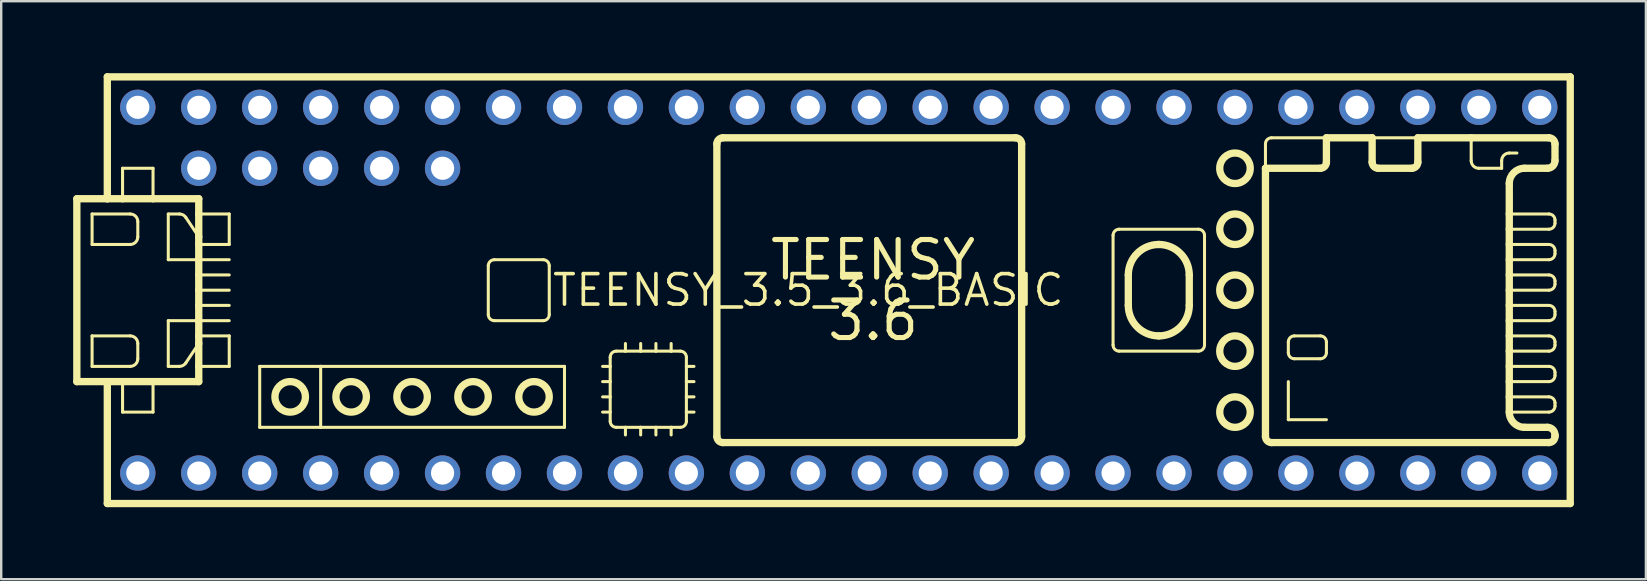
<source format=kicad_pcb>
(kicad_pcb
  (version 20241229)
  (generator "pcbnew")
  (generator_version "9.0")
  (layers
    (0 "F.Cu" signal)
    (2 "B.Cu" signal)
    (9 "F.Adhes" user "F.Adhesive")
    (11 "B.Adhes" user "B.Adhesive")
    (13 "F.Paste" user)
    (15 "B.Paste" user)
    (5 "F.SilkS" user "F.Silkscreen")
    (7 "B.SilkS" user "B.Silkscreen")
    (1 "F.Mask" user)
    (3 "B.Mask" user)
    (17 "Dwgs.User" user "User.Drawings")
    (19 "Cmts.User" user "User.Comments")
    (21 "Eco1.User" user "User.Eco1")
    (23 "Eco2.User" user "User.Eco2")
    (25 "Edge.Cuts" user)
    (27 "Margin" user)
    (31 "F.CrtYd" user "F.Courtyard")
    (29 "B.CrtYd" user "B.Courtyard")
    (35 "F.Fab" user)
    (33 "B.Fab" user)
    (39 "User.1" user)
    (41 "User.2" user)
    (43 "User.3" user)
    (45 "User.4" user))
  (footprint "TEENSY_3.5_3.6_BASIC"
    (layer "F.Cu")
    (at 30.632 9.042)
    (property "Reference" "TEENSY_3.5_3.6_BASIC" (at 0 0 0) (layer "F.SilkS") (effects (font (size 1.27 1.27) (thickness 0.15))))
    (fp_line (start -30.48 -3.81) (end -30.48 3.81) (stroke (width 0.305) (type solid)) (layer "F.SilkS"))
    (fp_line (start -30.48 3.81) (end -29.21 3.81) (stroke (width 0.305) (type solid)) (layer "F.SilkS"))
    (fp_line (start -29.845 -3.175) (end -29.845 -1.905) (stroke (width 0.127) (type solid)) (layer "F.SilkS"))
    (fp_line (start -29.845 -3.175) (end -28.258 -3.175) (stroke (width 0.127) (type solid)) (layer "F.SilkS"))
    (fp_line (start -29.845 1.905) (end -29.845 3.175) (stroke (width 0.127) (type solid)) (layer "F.SilkS"))
    (fp_line (start -29.845 3.175) (end -28.258 3.175) (stroke (width 0.127) (type solid)) (layer "F.SilkS"))
    (fp_line (start -29.21 -8.89) (end -29.21 -3.81) (stroke (width 0.305) (type solid)) (layer "F.SilkS"))
    (fp_line (start -29.21 -8.89) (end 31.75 -8.89) (stroke (width 0.305) (type solid)) (layer "F.SilkS"))
    (fp_line (start -29.21 -3.81) (end -30.48 -3.81) (stroke (width 0.305) (type solid)) (layer "F.SilkS"))
    (fp_line (start -29.21 3.81) (end -28.575 3.81) (stroke (width 0.305) (type solid)) (layer "F.SilkS"))
    (fp_line (start -29.21 8.89) (end -29.21 3.81) (stroke (width 0.305) (type solid)) (layer "F.SilkS"))
    (fp_line (start -28.575 -5.08) (end -27.305 -5.08) (stroke (width 0.127) (type solid)) (layer "F.SilkS"))
    (fp_line (start -28.575 -3.81) (end -29.21 -3.81) (stroke (width 0.305) (type solid)) (layer "F.SilkS"))
    (fp_line (start -28.575 -3.81) (end -28.575 -5.08) (stroke (width 0.127) (type solid)) (layer "F.SilkS"))
    (fp_line (start -28.575 3.81) (end -28.575 5.08) (stroke (width 0.127) (type solid)) (layer "F.SilkS"))
    (fp_line (start -28.575 3.81) (end -27.305 3.81) (stroke (width 0.305) (type solid)) (layer "F.SilkS"))
    (fp_line (start -28.575 5.08) (end -27.305 5.08) (stroke (width 0.127) (type solid)) (layer "F.SilkS"))
    (fp_line (start -28.258 -1.905) (end -29.845 -1.905) (stroke (width 0.127) (type solid)) (layer "F.SilkS"))
    (fp_line (start -28.258 1.905) (end -29.845 1.905) (stroke (width 0.127) (type solid)) (layer "F.SilkS"))
    (fp_line (start -27.94 -2.857) (end -27.94 -2.223) (stroke (width 0.127) (type solid)) (layer "F.SilkS"))
    (fp_line (start -27.94 2.857) (end -27.94 2.223) (stroke (width 0.127) (type solid)) (layer "F.SilkS"))
    (fp_line (start -27.305 -5.08) (end -27.305 -3.81) (stroke (width 0.127) (type solid)) (layer "F.SilkS"))
    (fp_line (start -27.305 -3.81) (end -28.575 -3.81) (stroke (width 0.305) (type solid)) (layer "F.SilkS"))
    (fp_line (start -27.305 3.81) (end -25.4 3.81) (stroke (width 0.305) (type solid)) (layer "F.SilkS"))
    (fp_line (start -27.305 5.08) (end -27.305 3.81) (stroke (width 0.127) (type solid)) (layer "F.SilkS"))
    (fp_line (start -26.67 -3.175) (end -26.205 -3.175) (stroke (width 0.127) (type solid)) (layer "F.SilkS"))
    (fp_line (start -26.67 -1.27) (end -26.67 -3.175) (stroke (width 0.127) (type solid)) (layer "F.SilkS"))
    (fp_line (start -26.67 1.27) (end -26.67 3.175) (stroke (width 0.127) (type solid)) (layer "F.SilkS"))
    (fp_line (start -26.67 3.175) (end -26.205 3.175) (stroke (width 0.127) (type solid)) (layer "F.SilkS"))
    (fp_line (start -25.941 -3.034) (end -25.4 -2.223) (stroke (width 0.127) (type solid)) (layer "F.SilkS"))
    (fp_line (start -25.941 3.034) (end -25.4 2.223) (stroke (width 0.127) (type solid)) (layer "F.SilkS"))
    (fp_line (start -25.4 -3.81) (end -27.305 -3.81) (stroke (width 0.305) (type solid)) (layer "F.SilkS"))
    (fp_line (start -25.4 -3.175) (end -25.4 -3.81) (stroke (width 0.305) (type solid)) (layer "F.SilkS"))
    (fp_line (start -25.4 -2.223) (end -25.4 -3.175) (stroke (width 0.305) (type solid)) (layer "F.SilkS"))
    (fp_line (start -25.4 -1.905) (end -25.4 -2.223) (stroke (width 0.305) (type solid)) (layer "F.SilkS"))
    (fp_line (start -25.4 -1.905) (end -24.13 -1.905) (stroke (width 0.127) (type solid)) (layer "F.SilkS"))
    (fp_line (start -25.4 -1.27) (end -26.67 -1.27) (stroke (width 0.127) (type solid)) (layer "F.SilkS"))
    (fp_line (start -25.4 -1.27) (end -25.4 -1.905) (stroke (width 0.305) (type solid)) (layer "F.SilkS"))
    (fp_line (start -25.4 -1.27) (end -24.13 -1.27) (stroke (width 0.127) (type solid)) (layer "F.SilkS"))
    (fp_line (start -25.4 -0.635) (end -25.4 -1.27) (stroke (width 0.305) (type solid)) (layer "F.SilkS"))
    (fp_line (start -25.4 -0.635) (end -24.13 -0.635) (stroke (width 0.127) (type solid)) (layer "F.SilkS"))
    (fp_line (start -25.4 0) (end -25.4 -0.635) (stroke (width 0.305) (type solid)) (layer "F.SilkS"))
    (fp_line (start -25.4 0) (end -24.13 0) (stroke (width 0.127) (type solid)) (layer "F.SilkS"))
    (fp_line (start -25.4 0.635) (end -25.4 0) (stroke (width 0.305) (type solid)) (layer "F.SilkS"))
    (fp_line (start -25.4 0.635) (end -24.13 0.635) (stroke (width 0.127) (type solid)) (layer "F.SilkS"))
    (fp_line (start -25.4 1.27) (end -26.67 1.27) (stroke (width 0.127) (type solid)) (layer "F.SilkS"))
    (fp_line (start -25.4 1.27) (end -25.4 0.635) (stroke (width 0.305) (type solid)) (layer "F.SilkS"))
    (fp_line (start -25.4 1.27) (end -24.13 1.27) (stroke (width 0.127) (type solid)) (layer "F.SilkS"))
    (fp_line (start -25.4 1.905) (end -25.4 1.27) (stroke (width 0.305) (type solid)) (layer "F.SilkS"))
    (fp_line (start -25.4 1.905) (end -24.13 1.905) (stroke (width 0.127) (type solid)) (layer "F.SilkS"))
    (fp_line (start -25.4 2.223) (end -25.4 1.905) (stroke (width 0.305) (type solid)) (layer "F.SilkS"))
    (fp_line (start -25.4 3.175) (end -25.4 2.223) (stroke (width 0.305) (type solid)) (layer "F.SilkS"))
    (fp_line (start -25.4 3.81) (end -25.4 3.175) (stroke (width 0.305) (type solid)) (layer "F.SilkS"))
    (fp_line (start -24.13 -3.175) (end -25.4 -3.175) (stroke (width 0.127) (type solid)) (layer "F.SilkS"))
    (fp_line (start -24.13 -1.905) (end -24.13 -3.175) (stroke (width 0.127) (type solid)) (layer "F.SilkS"))
    (fp_line (start -24.13 1.905) (end -24.13 3.175) (stroke (width 0.127) (type solid)) (layer "F.SilkS"))
    (fp_line (start -24.13 3.175) (end -25.4 3.175) (stroke (width 0.127) (type solid)) (layer "F.SilkS"))
    (fp_line (start -22.86 3.175) (end -20.32 3.175) (stroke (width 0.127) (type solid)) (layer "F.SilkS"))
    (fp_line (start -22.86 5.715) (end -22.86 3.175) (stroke (width 0.127) (type solid)) (layer "F.SilkS"))
    (fp_line (start -20.32 3.175) (end -20.32 5.715) (stroke (width 0.127) (type solid)) (layer "F.SilkS"))
    (fp_line (start -20.32 3.175) (end -10.16 3.175) (stroke (width 0.127) (type solid)) (layer "F.SilkS"))
    (fp_line (start -20.32 5.715) (end -22.86 5.715) (stroke (width 0.127) (type solid)) (layer "F.SilkS"))
    (fp_line (start -13.335 -1.016) (end -13.335 1.016) (stroke (width 0.127) (type solid)) (layer "F.SilkS"))
    (fp_line (start -13.081 1.27) (end -11.049 1.27) (stroke (width 0.127) (type solid)) (layer "F.SilkS"))
    (fp_line (start -11.049 -1.27) (end -13.081 -1.27) (stroke (width 0.127) (type solid)) (layer "F.SilkS"))
    (fp_line (start -10.795 1.016) (end -10.795 -1.016) (stroke (width 0.127) (type solid)) (layer "F.SilkS"))
    (fp_line (start -10.16 3.175) (end -10.16 5.715) (stroke (width 0.127) (type solid)) (layer "F.SilkS"))
    (fp_line (start -10.16 5.715) (end -20.32 5.715) (stroke (width 0.127) (type solid)) (layer "F.SilkS"))
    (fp_line (start -8.255 2.794) (end -8.255 3.175) (stroke (width 0.127) (type solid)) (layer "F.SilkS"))
    (fp_line (start -8.255 3.175) (end -8.572 3.175) (stroke (width 0.127) (type solid)) (layer "F.SilkS"))
    (fp_line (start -8.255 3.175) (end -8.255 3.81) (stroke (width 0.127) (type solid)) (layer "F.SilkS"))
    (fp_line (start -8.255 3.81) (end -8.572 3.81) (stroke (width 0.127) (type solid)) (layer "F.SilkS"))
    (fp_line (start -8.255 3.81) (end -8.255 4.445) (stroke (width 0.127) (type solid)) (layer "F.SilkS"))
    (fp_line (start -8.255 4.445) (end -8.572 4.445) (stroke (width 0.127) (type solid)) (layer "F.SilkS"))
    (fp_line (start -8.255 4.445) (end -8.255 5.08) (stroke (width 0.127) (type solid)) (layer "F.SilkS"))
    (fp_line (start -8.255 5.08) (end -8.572 5.08) (stroke (width 0.127) (type solid)) (layer "F.SilkS"))
    (fp_line (start -8.255 5.08) (end -8.255 5.461) (stroke (width 0.127) (type solid)) (layer "F.SilkS"))
    (fp_line (start -8.001 5.715) (end -7.62 5.715) (stroke (width 0.127) (type solid)) (layer "F.SilkS"))
    (fp_line (start -7.62 2.54) (end -8.001 2.54) (stroke (width 0.127) (type solid)) (layer "F.SilkS"))
    (fp_line (start -7.62 2.54) (end -7.62 2.223) (stroke (width 0.127) (type solid)) (layer "F.SilkS"))
    (fp_line (start -7.62 5.715) (end -7.62 6.032) (stroke (width 0.127) (type solid)) (layer "F.SilkS"))
    (fp_line (start -7.62 5.715) (end -6.985 5.715) (stroke (width 0.127) (type solid)) (layer "F.SilkS"))
    (fp_line (start -6.985 2.54) (end -7.62 2.54) (stroke (width 0.127) (type solid)) (layer "F.SilkS"))
    (fp_line (start -6.985 2.54) (end -6.985 2.223) (stroke (width 0.127) (type solid)) (layer "F.SilkS"))
    (fp_line (start -6.985 5.715) (end -6.985 6.032) (stroke (width 0.127) (type solid)) (layer "F.SilkS"))
    (fp_line (start -6.985 5.715) (end -6.35 5.715) (stroke (width 0.127) (type solid)) (layer "F.SilkS"))
    (fp_line (start -6.35 2.54) (end -6.985 2.54) (stroke (width 0.127) (type solid)) (layer "F.SilkS"))
    (fp_line (start -6.35 2.54) (end -6.35 2.223) (stroke (width 0.127) (type solid)) (layer "F.SilkS"))
    (fp_line (start -6.35 5.715) (end -6.35 6.032) (stroke (width 0.127) (type solid)) (layer "F.SilkS"))
    (fp_line (start -6.35 5.715) (end -5.715 5.715) (stroke (width 0.127) (type solid)) (layer "F.SilkS"))
    (fp_line (start -5.715 2.54) (end -6.35 2.54) (stroke (width 0.127) (type solid)) (layer "F.SilkS"))
    (fp_line (start -5.715 2.54) (end -5.715 2.223) (stroke (width 0.127) (type solid)) (layer "F.SilkS"))
    (fp_line (start -5.715 5.715) (end -5.715 6.032) (stroke (width 0.127) (type solid)) (layer "F.SilkS"))
    (fp_line (start -5.715 5.715) (end -5.334 5.715) (stroke (width 0.127) (type solid)) (layer "F.SilkS"))
    (fp_line (start -5.334 2.54) (end -5.715 2.54) (stroke (width 0.127) (type solid)) (layer "F.SilkS"))
    (fp_line (start -5.08 3.175) (end -5.08 2.794) (stroke (width 0.127) (type solid)) (layer "F.SilkS"))
    (fp_line (start -5.08 3.175) (end -4.763 3.175) (stroke (width 0.127) (type solid)) (layer "F.SilkS"))
    (fp_line (start -5.08 3.81) (end -5.08 3.175) (stroke (width 0.127) (type solid)) (layer "F.SilkS"))
    (fp_line (start -5.08 3.81) (end -4.763 3.81) (stroke (width 0.127) (type solid)) (layer "F.SilkS"))
    (fp_line (start -5.08 4.445) (end -5.08 3.81) (stroke (width 0.127) (type solid)) (layer "F.SilkS"))
    (fp_line (start -5.08 4.445) (end -4.763 4.445) (stroke (width 0.127) (type solid)) (layer "F.SilkS"))
    (fp_line (start -5.08 5.08) (end -5.08 4.445) (stroke (width 0.127) (type solid)) (layer "F.SilkS"))
    (fp_line (start -5.08 5.08) (end -4.763 5.08) (stroke (width 0.127) (type solid)) (layer "F.SilkS"))
    (fp_line (start -5.08 5.461) (end -5.08 5.08) (stroke (width 0.127) (type solid)) (layer "F.SilkS"))
    (fp_line (start -3.81 6.096) (end -3.81 -6.096) (stroke (width 0.305) (type solid)) (layer "F.SilkS"))
    (fp_line (start -3.556 -6.35) (end 8.636 -6.35) (stroke (width 0.305) (type solid)) (layer "F.SilkS"))
    (fp_line (start 8.636 6.35) (end -3.556 6.35) (stroke (width 0.305) (type solid)) (layer "F.SilkS"))
    (fp_line (start 8.89 -6.096) (end 8.89 6.096) (stroke (width 0.305) (type solid)) (layer "F.SilkS"))
    (fp_line (start 12.7 -2.286) (end 12.7 2.286) (stroke (width 0.127) (type solid)) (layer "F.SilkS"))
    (fp_line (start 12.954 2.54) (end 16.256 2.54) (stroke (width 0.127) (type solid)) (layer "F.SilkS"))
    (fp_line (start 13.335 0.635) (end 13.335 -0.635) (stroke (width 0.305) (type solid)) (layer "F.SilkS"))
    (fp_line (start 15.875 -0.635) (end 15.875 0.635) (stroke (width 0.305) (type solid)) (layer "F.SilkS"))
    (fp_line (start 16.256 -2.54) (end 12.954 -2.54) (stroke (width 0.127) (type solid)) (layer "F.SilkS"))
    (fp_line (start 16.51 2.286) (end 16.51 -2.286) (stroke (width 0.127) (type solid)) (layer "F.SilkS"))
    (fp_line (start 19.05 -5.08) (end 19.05 -6.096) (stroke (width 0.127) (type solid)) (layer "F.SilkS"))
    (fp_line (start 19.05 -5.08) (end 21.336 -5.08) (stroke (width 0.305) (type solid)) (layer "F.SilkS"))
    (fp_line (start 19.05 6.096) (end 19.05 -5.08) (stroke (width 0.305) (type solid)) (layer "F.SilkS"))
    (fp_line (start 19.304 -6.35) (end 21.59 -6.35) (stroke (width 0.127) (type solid)) (layer "F.SilkS"))
    (fp_line (start 20.003 2.159) (end 20.003 2.603) (stroke (width 0.127) (type solid)) (layer "F.SilkS"))
    (fp_line (start 20.003 3.81) (end 20.003 5.397) (stroke (width 0.127) (type solid)) (layer "F.SilkS"))
    (fp_line (start 20.003 5.397) (end 21.59 5.397) (stroke (width 0.127) (type solid)) (layer "F.SilkS"))
    (fp_line (start 20.256 2.857) (end 21.336 2.857) (stroke (width 0.127) (type solid)) (layer "F.SilkS"))
    (fp_line (start 21.336 1.905) (end 20.256 1.905) (stroke (width 0.127) (type solid)) (layer "F.SilkS"))
    (fp_line (start 21.59 -6.35) (end 23.495 -6.35) (stroke (width 0.305) (type solid)) (layer "F.SilkS"))
    (fp_line (start 21.59 -5.334) (end 21.59 -6.35) (stroke (width 0.305) (type solid)) (layer "F.SilkS"))
    (fp_line (start 21.59 2.603) (end 21.59 2.159) (stroke (width 0.127) (type solid)) (layer "F.SilkS"))
    (fp_line (start 23.495 -6.35) (end 23.495 -5.334) (stroke (width 0.305) (type solid)) (layer "F.SilkS"))
    (fp_line (start 23.495 -6.35) (end 25.4 -6.35) (stroke (width 0.127) (type solid)) (layer "F.SilkS"))
    (fp_line (start 23.749 -5.08) (end 25.146 -5.08) (stroke (width 0.305) (type solid)) (layer "F.SilkS"))
    (fp_line (start 25.4 -6.35) (end 27.622 -6.35) (stroke (width 0.305) (type solid)) (layer "F.SilkS"))
    (fp_line (start 25.4 -5.334) (end 25.4 -6.35) (stroke (width 0.305) (type solid)) (layer "F.SilkS"))
    (fp_line (start 27.622 -6.35) (end 27.622 -5.397) (stroke (width 0.127) (type solid)) (layer "F.SilkS"))
    (fp_line (start 27.622 -6.35) (end 30.861 -6.35) (stroke (width 0.305) (type solid)) (layer "F.SilkS"))
    (fp_line (start 27.94 -5.08) (end 28.892 -5.08) (stroke (width 0.127) (type solid)) (layer "F.SilkS"))
    (fp_line (start 28.892 -5.08) (end 28.892 -5.397) (stroke (width 0.127) (type solid)) (layer "F.SilkS"))
    (fp_line (start 29.21 -5.715) (end 29.527 -5.715) (stroke (width 0.127) (type solid)) (layer "F.SilkS"))
    (fp_line (start 29.21 -4.445) (end 29.21 -3.175) (stroke (width 0.305) (type solid)) (layer "F.SilkS"))
    (fp_line (start 29.21 -3.175) (end 29.21 -2.54) (stroke (width 0.305) (type solid)) (layer "F.SilkS"))
    (fp_line (start 29.21 -3.175) (end 30.861 -3.175) (stroke (width 0.127) (type solid)) (layer "F.SilkS"))
    (fp_line (start 29.21 -2.54) (end 29.21 -1.905) (stroke (width 0.305) (type solid)) (layer "F.SilkS"))
    (fp_line (start 29.21 -1.905) (end 29.21 -1.27) (stroke (width 0.305) (type solid)) (layer "F.SilkS"))
    (fp_line (start 29.21 -1.905) (end 30.861 -1.905) (stroke (width 0.127) (type solid)) (layer "F.SilkS"))
    (fp_line (start 29.21 -1.27) (end 29.21 -0.635) (stroke (width 0.305) (type solid)) (layer "F.SilkS"))
    (fp_line (start 29.21 -0.635) (end 29.21 0) (stroke (width 0.305) (type solid)) (layer "F.SilkS"))
    (fp_line (start 29.21 -0.635) (end 30.861 -0.635) (stroke (width 0.127) (type solid)) (layer "F.SilkS"))
    (fp_line (start 29.21 0) (end 29.21 0.635) (stroke (width 0.305) (type solid)) (layer "F.SilkS"))
    (fp_line (start 29.21 0.635) (end 29.21 1.27) (stroke (width 0.305) (type solid)) (layer "F.SilkS"))
    (fp_line (start 29.21 0.635) (end 30.861 0.635) (stroke (width 0.127) (type solid)) (layer "F.SilkS"))
    (fp_line (start 29.21 1.27) (end 29.21 1.905) (stroke (width 0.305) (type solid)) (layer "F.SilkS"))
    (fp_line (start 29.21 1.905) (end 29.21 2.54) (stroke (width 0.305) (type solid)) (layer "F.SilkS"))
    (fp_line (start 29.21 1.905) (end 30.861 1.905) (stroke (width 0.127) (type solid)) (layer "F.SilkS"))
    (fp_line (start 29.21 2.54) (end 29.21 3.175) (stroke (width 0.305) (type solid)) (layer "F.SilkS"))
    (fp_line (start 29.21 3.175) (end 29.21 3.81) (stroke (width 0.305) (type solid)) (layer "F.SilkS"))
    (fp_line (start 29.21 3.175) (end 30.861 3.175) (stroke (width 0.127) (type solid)) (layer "F.SilkS"))
    (fp_line (start 29.21 3.81) (end 29.21 4.445) (stroke (width 0.305) (type solid)) (layer "F.SilkS"))
    (fp_line (start 29.21 4.445) (end 29.21 5.08) (stroke (width 0.305) (type solid)) (layer "F.SilkS"))
    (fp_line (start 29.21 4.445) (end 30.861 4.445) (stroke (width 0.127) (type solid)) (layer "F.SilkS"))
    (fp_line (start 29.845 5.715) (end 30.797 5.715) (stroke (width 0.305) (type solid)) (layer "F.SilkS"))
    (fp_line (start 30.797 -5.08) (end 29.845 -5.08) (stroke (width 0.305) (type solid)) (layer "F.SilkS"))
    (fp_line (start 30.861 -2.54) (end 29.21 -2.54) (stroke (width 0.127) (type solid)) (layer "F.SilkS"))
    (fp_line (start 30.861 -1.27) (end 29.21 -1.27) (stroke (width 0.127) (type solid)) (layer "F.SilkS"))
    (fp_line (start 30.861 0) (end 29.21 0) (stroke (width 0.127) (type solid)) (layer "F.SilkS"))
    (fp_line (start 30.861 1.27) (end 29.21 1.27) (stroke (width 0.127) (type solid)) (layer "F.SilkS"))
    (fp_line (start 30.861 2.54) (end 29.21 2.54) (stroke (width 0.127) (type solid)) (layer "F.SilkS"))
    (fp_line (start 30.861 3.81) (end 29.21 3.81) (stroke (width 0.127) (type solid)) (layer "F.SilkS"))
    (fp_line (start 30.861 5.08) (end 29.21 5.08) (stroke (width 0.127) (type solid)) (layer "F.SilkS"))
    (fp_line (start 30.861 6.35) (end 19.304 6.35) (stroke (width 0.305) (type solid)) (layer "F.SilkS"))
    (fp_line (start 31.115 -6.096) (end 31.115 -5.397) (stroke (width 0.305) (type solid)) (layer "F.SilkS"))
    (fp_line (start 31.115 -2.921) (end 31.115 -2.794) (stroke (width 0.127) (type solid)) (layer "F.SilkS"))
    (fp_line (start 31.115 -1.651) (end 31.115 -1.524) (stroke (width 0.127) (type solid)) (layer "F.SilkS"))
    (fp_line (start 31.115 -0.381) (end 31.115 -0.254) (stroke (width 0.127) (type solid)) (layer "F.SilkS"))
    (fp_line (start 31.115 0.889) (end 31.115 1.016) (stroke (width 0.127) (type solid)) (layer "F.SilkS"))
    (fp_line (start 31.115 2.159) (end 31.115 2.286) (stroke (width 0.127) (type solid)) (layer "F.SilkS"))
    (fp_line (start 31.115 3.429) (end 31.115 3.556) (stroke (width 0.127) (type solid)) (layer "F.SilkS"))
    (fp_line (start 31.115 4.699) (end 31.115 4.826) (stroke (width 0.127) (type solid)) (layer "F.SilkS"))
    (fp_line (start 31.115 6.032) (end 31.115 6.096) (stroke (width 0.305) (type solid)) (layer "F.SilkS"))
    (fp_line (start 31.75 -8.89) (end 31.75 8.89) (stroke (width 0.305) (type solid)) (layer "F.SilkS"))
    (fp_line (start 31.75 8.89) (end -29.21 8.89) (stroke (width 0.305) (type solid)) (layer "F.SilkS"))
    (fp_arc (start -28.2575 -3.175) (mid -28.032994 -3.082006) (end -27.94 -2.8575) (stroke (width 0.127) (type solid)) (layer "F.SilkS"))
    (fp_arc (start -28.2575 1.905) (mid -28.032994 1.997994) (end -27.94 2.2225) (stroke (width 0.127) (type solid)) (layer "F.SilkS"))
    (fp_arc (start -27.94 -2.2225) (mid -28.032994 -1.997994) (end -28.2575 -1.905) (stroke (width 0.127) (type solid)) (layer "F.SilkS"))
    (fp_arc (start -27.94 2.8575) (mid -28.032994 3.082006) (end -28.2575 3.175) (stroke (width 0.127) (type solid)) (layer "F.SilkS"))
    (fp_arc (start -26.204921 -3.175) (mid -26.055104 -3.137431) (end -25.940741 -3.033615) (stroke (width 0.127) (type solid)) (layer "F.SilkS"))
    (fp_arc (start -25.940741 3.033615) (mid -26.055104 3.137432) (end -26.204921 3.175) (stroke (width 0.127) (type solid)) (layer "F.SilkS"))
    (fp_arc (start -13.335 -1.016) (mid -13.260605 -1.195605) (end -13.081 -1.27) (stroke (width 0.127) (type solid)) (layer "F.SilkS"))
    (fp_arc (start -13.081 1.27) (mid -13.260605 1.195605) (end -13.335 1.016) (stroke (width 0.127) (type solid)) (layer "F.SilkS"))
    (fp_arc (start -11.049 -1.27) (mid -10.869395 -1.195605) (end -10.795 -1.016) (stroke (width 0.127) (type solid)) (layer "F.SilkS"))
    (fp_arc (start -10.795 1.016) (mid -10.869395 1.195605) (end -11.049 1.27) (stroke (width 0.127) (type solid)) (layer "F.SilkS"))
    (fp_arc (start -8.255 2.794) (mid -8.180605 2.614395) (end -8.001 2.54) (stroke (width 0.127) (type solid)) (layer "F.SilkS"))
    (fp_arc (start -8.001 5.715) (mid -8.180605 5.640605) (end -8.255 5.461) (stroke (width 0.127) (type solid)) (layer "F.SilkS"))
    (fp_arc (start -5.334 2.54) (mid -5.154395 2.614395) (end -5.08 2.794) (stroke (width 0.127) (type solid)) (layer "F.SilkS"))
    (fp_arc (start -5.08 5.461) (mid -5.154395 5.640605) (end -5.334 5.715) (stroke (width 0.127) (type solid)) (layer "F.SilkS"))
    (fp_arc (start -3.81 -6.096) (mid -3.735605 -6.275605) (end -3.556 -6.35) (stroke (width 0.3048) (type solid)) (layer "F.SilkS"))
    (fp_arc (start -3.556 6.35) (mid -3.735605 6.275605) (end -3.81 6.096) (stroke (width 0.3048) (type solid)) (layer "F.SilkS"))
    (fp_arc (start 8.636 -6.35) (mid 8.815605 -6.275605) (end 8.89 -6.096) (stroke (width 0.3048) (type solid)) (layer "F.SilkS"))
    (fp_arc (start 8.89 6.096) (mid 8.815605 6.275605) (end 8.636 6.35) (stroke (width 0.3048) (type solid)) (layer "F.SilkS"))
    (fp_arc (start 12.7 -2.286) (mid 12.774395 -2.465605) (end 12.954 -2.54) (stroke (width 0.127) (type solid)) (layer "F.SilkS"))
    (fp_arc (start 12.954 2.54) (mid 12.774395 2.465605) (end 12.7 2.286) (stroke (width 0.127) (type solid)) (layer "F.SilkS"))
    (fp_arc (start 13.335 -0.635) (mid 13.706975 -1.533025) (end 14.605001 -1.904999) (stroke (width 0.3048) (type solid)) (layer "F.SilkS"))
    (fp_arc (start 14.605 -1.905) (mid 15.503026 -1.533025) (end 15.875001 -0.634999) (stroke (width 0.3048) (type solid)) (layer "F.SilkS"))
    (fp_arc (start 14.605 1.905) (mid 13.706974 1.533025) (end 13.334999 0.634999) (stroke (width 0.3048) (type solid)) (layer "F.SilkS"))
    (fp_arc (start 15.875 0.635) (mid 15.503025 1.533025) (end 14.604999 1.904999) (stroke (width 0.3048) (type solid)) (layer "F.SilkS"))
    (fp_arc (start 16.256 -2.54) (mid 16.435605 -2.465605) (end 16.51 -2.286) (stroke (width 0.127) (type solid)) (layer "F.SilkS"))
    (fp_arc (start 16.51 2.286) (mid 16.435605 2.465605) (end 16.256 2.54) (stroke (width 0.127) (type solid)) (layer "F.SilkS"))
    (fp_arc (start 19.05 -6.096) (mid 19.124395 -6.275605) (end 19.304 -6.35) (stroke (width 0.127) (type solid)) (layer "F.SilkS"))
    (fp_arc (start 19.304 6.35) (mid 19.124395 6.275605) (end 19.05 6.096) (stroke (width 0.3048) (type solid)) (layer "F.SilkS"))
    (fp_arc (start 20.0025 2.159) (mid 20.076895 1.979395) (end 20.2565 1.905) (stroke (width 0.127) (type solid)) (layer "F.SilkS"))
    (fp_arc (start 20.2565 2.8575) (mid 20.076895 2.783105) (end 20.0025 2.6035) (stroke (width 0.127) (type solid)) (layer "F.SilkS"))
    (fp_arc (start 21.336 1.905) (mid 21.515605 1.979395) (end 21.59 2.159) (stroke (width 0.127) (type solid)) (layer "F.SilkS"))
    (fp_arc (start 21.59 -5.334) (mid 21.515605 -5.154395) (end 21.336 -5.08) (stroke (width 0.3048) (type solid)) (layer "F.SilkS"))
    (fp_arc (start 21.59 2.6035) (mid 21.515605 2.783105) (end 21.336 2.8575) (stroke (width 0.127) (type solid)) (layer "F.SilkS"))
    (fp_arc (start 23.749 -5.08) (mid 23.569395 -5.154395) (end 23.495 -5.334) (stroke (width 0.3048) (type solid)) (layer "F.SilkS"))
    (fp_arc (start 25.4 -5.334) (mid 25.325605 -5.154395) (end 25.146 -5.08) (stroke (width 0.3048) (type solid)) (layer "F.SilkS"))
    (fp_arc (start 27.94 -5.08) (mid 27.715494 -5.172994) (end 27.6225 -5.3975) (stroke (width 0.127) (type solid)) (layer "F.SilkS"))
    (fp_arc (start 28.8925 -5.3975) (mid 28.985494 -5.622006) (end 29.21 -5.715) (stroke (width 0.127) (type solid)) (layer "F.SilkS"))
    (fp_arc (start 29.21 -4.445) (mid 29.395987 -4.894013) (end 29.845 -5.08) (stroke (width 0.3048) (type solid)) (layer "F.SilkS"))
    (fp_arc (start 29.845 5.715) (mid 29.395987 5.529013) (end 29.21 5.08) (stroke (width 0.3048) (type solid)) (layer "F.SilkS"))
    (fp_arc (start 30.7975 5.715) (mid 31.022006 5.807994) (end 31.115 6.0325) (stroke (width 0.3048) (type solid)) (layer "F.SilkS"))
    (fp_arc (start 30.861 -6.35) (mid 31.040605 -6.275605) (end 31.115 -6.096) (stroke (width 0.3048) (type solid)) (layer "F.SilkS"))
    (fp_arc (start 30.861 -3.175) (mid 31.040605 -3.100605) (end 31.115 -2.921) (stroke (width 0.127) (type solid)) (layer "F.SilkS"))
    (fp_arc (start 30.861 -1.905) (mid 31.040605 -1.830605) (end 31.115 -1.651) (stroke (width 0.127) (type solid)) (layer "F.SilkS"))
    (fp_arc (start 30.861 -0.635) (mid 31.040605 -0.560605) (end 31.115 -0.381) (stroke (width 0.127) (type solid)) (layer "F.SilkS"))
    (fp_arc (start 30.861 0.635) (mid 31.040605 0.709395) (end 31.115 0.889) (stroke (width 0.127) (type solid)) (layer "F.SilkS"))
    (fp_arc (start 30.861 1.905) (mid 31.040605 1.979395) (end 31.115 2.159) (stroke (width 0.127) (type solid)) (layer "F.SilkS"))
    (fp_arc (start 30.861 3.175) (mid 31.040605 3.249395) (end 31.115 3.429) (stroke (width 0.127) (type solid)) (layer "F.SilkS"))
    (fp_arc (start 30.861 4.445) (mid 31.040605 4.519395) (end 31.115 4.699) (stroke (width 0.127) (type solid)) (layer "F.SilkS"))
    (fp_arc (start 31.115 -5.3975) (mid 31.022006 -5.172994) (end 30.7975 -5.08) (stroke (width 0.3048) (type solid)) (layer "F.SilkS"))
    (fp_arc (start 31.115 -2.794) (mid 31.040605 -2.614395) (end 30.861 -2.54) (stroke (width 0.127) (type solid)) (layer "F.SilkS"))
    (fp_arc (start 31.115 -1.524) (mid 31.040605 -1.344395) (end 30.861 -1.27) (stroke (width 0.127) (type solid)) (layer "F.SilkS"))
    (fp_arc (start 31.115 -0.254) (mid 31.040605 -0.074395) (end 30.861 0) (stroke (width 0.127) (type solid)) (layer "F.SilkS"))
    (fp_arc (start 31.115 1.016) (mid 31.040605 1.195605) (end 30.861 1.27) (stroke (width 0.127) (type solid)) (layer "F.SilkS"))
    (fp_arc (start 31.115 2.286) (mid 31.040605 2.465605) (end 30.861 2.54) (stroke (width 0.127) (type solid)) (layer "F.SilkS"))
    (fp_arc (start 31.115 3.556) (mid 31.040605 3.735605) (end 30.861 3.81) (stroke (width 0.127) (type solid)) (layer "F.SilkS"))
    (fp_arc (start 31.115 4.826) (mid 31.040605 5.005605) (end 30.861 5.08) (stroke (width 0.127) (type solid)) (layer "F.SilkS"))
    (fp_arc (start 31.115 6.096) (mid 31.040605 6.275605) (end 30.861 6.35) (stroke (width 0.3048) (type solid)) (layer "F.SilkS"))
    (fp_circle (center -21.59 4.445) (end -20.955 4.445) (stroke (width 0.305) (type solid)) (fill no) (layer "F.SilkS"))
    (fp_circle (center -19.05 4.445) (end -18.415 4.445) (stroke (width 0.305) (type solid)) (fill no) (layer "F.SilkS"))
    (fp_circle (center -16.51 4.445) (end -15.875 4.445) (stroke (width 0.305) (type solid)) (fill no) (layer "F.SilkS"))
    (fp_circle (center -13.97 4.445) (end -13.335 4.445) (stroke (width 0.305) (type solid)) (fill no) (layer "F.SilkS"))
    (fp_circle (center -11.43 4.445) (end -10.795 4.445) (stroke (width 0.305) (type solid)) (fill no) (layer "F.SilkS"))
    (fp_circle (center 17.78 -5.08) (end 18.415 -5.08) (stroke (width 0.305) (type solid)) (fill no) (layer "F.SilkS"))
    (fp_circle (center 17.78 -2.54) (end 18.415 -2.54) (stroke (width 0.305) (type solid)) (fill no) (layer "F.SilkS"))
    (fp_circle (center 17.78 0) (end 18.415 0) (stroke (width 0.305) (type solid)) (fill no) (layer "F.SilkS"))
    (fp_circle (center 17.78 2.54) (end 18.415 2.54) (stroke (width 0.305) (type solid)) (fill no) (layer "F.SilkS"))
    (fp_circle (center 17.78 5.08) (end 18.415 5.08) (stroke (width 0.305) (type solid)) (fill no) (layer "F.SilkS"))
    (fp_text user "TEENSY\n3.6" (at 2.699 0 0) (layer "F.SilkS") (effects (font (size 1.565 1.565) (thickness 0.213))))
    (pad "0/RX" thru_hole circle (at -25.4 7.62) (size 1.473 1.473) (drill 0.965) (layers "*.Cu" "*.Mask"))
    (pad "1/TX" thru_hole circle (at -22.86 7.62) (size 1.473 1.473) (drill 0.965) (layers "*.Cu" "*.Mask"))
    (pad "2" thru_hole circle (at -20.32 7.62) (size 1.473 1.473) (drill 0.965) (layers "*.Cu" "*.Mask"))
    (pad "3/CANTX" thru_hole circle (at -17.78 7.62) (size 1.473 1.473) (drill 0.965) (layers "*.Cu" "*.Mask"))
    (pad "3V3" thru_hole circle (at 7.62 7.62) (size 1.473 1.473) (drill 0.965) (layers "*.Cu" "*.Mask"))
    (pad "3V3_LO" thru_hole circle (at -22.86 -7.62) (size 1.473 1.473) (drill 0.965) (layers "*.Cu" "*.Mask"))
    (pad "4/CANRX" thru_hole circle (at -15.24 7.62) (size 1.473 1.473) (drill 0.965) (layers "*.Cu" "*.Mask"))
    (pad "5" thru_hole circle (at -12.7 7.62) (size 1.473 1.473) (drill 0.965) (layers "*.Cu" "*.Mask"))
    (pad "6" thru_hole circle (at -10.16 7.62) (size 1.473 1.473) (drill 0.965) (layers "*.Cu" "*.Mask"))
    (pad "7" thru_hole circle (at -7.62 7.62) (size 1.473 1.473) (drill 0.965) (layers "*.Cu" "*.Mask"))
    (pad "8" thru_hole circle (at -5.08 7.62) (size 1.473 1.473) (drill 0.965) (layers "*.Cu" "*.Mask"))
    (pad "9/CS" thru_hole circle (at -2.54 7.62) (size 1.473 1.473) (drill 0.965) (layers "*.Cu" "*.Mask"))
    (pad "10/CS" thru_hole circle (at 0 7.62) (size 1.473 1.473) (drill 0.965) (layers "*.Cu" "*.Mask"))
    (pad "11/MOSI" thru_hole circle (at 2.54 7.62) (size 1.473 1.473) (drill 0.965) (layers "*.Cu" "*.Mask"))
    (pad "12/MISO" thru_hole circle (at 5.08 7.62) (size 1.473 1.473) (drill 0.965) (layers "*.Cu" "*.Mask"))
    (pad "13/SCK" thru_hole circle (at 5.08 -7.62) (size 1.473 1.473) (drill 0.965) (layers "*.Cu" "*.Mask"))
    (pad "14/A0" thru_hole circle (at 2.54 -7.62) (size 1.473 1.473) (drill 0.965) (layers "*.Cu" "*.Mask"))
    (pad "15/A1" thru_hole circle (at 0 -7.62) (size 1.473 1.473) (drill 0.965) (layers "*.Cu" "*.Mask"))
    (pad "16/A2" thru_hole circle (at -2.54 -7.62) (size 1.473 1.473) (drill 0.965) (layers "*.Cu" "*.Mask"))
    (pad "17/A3" thru_hole circle (at -5.08 -7.62) (size 1.473 1.473) (drill 0.965) (layers "*.Cu" "*.Mask"))
    (pad "18/A4/SDA" thru_hole circle (at -7.62 -7.62) (size 1.473 1.473) (drill 0.965) (layers "*.Cu" "*.Mask"))
    (pad "19/A5/SCL" thru_hole circle (at -10.16 -7.62) (size 1.473 1.473) (drill 0.965) (layers "*.Cu" "*.Mask"))
    (pad "20/A6" thru_hole circle (at -12.7 -7.62) (size 1.473 1.473) (drill 0.965) (layers "*.Cu" "*.Mask"))
    (pad "21/A7" thru_hole circle (at -15.24 -7.62) (size 1.473 1.473) (drill 0.965) (layers "*.Cu" "*.Mask"))
    (pad "21/DAC0" thru_hole circle (at 12.7 -7.62) (size 1.473 1.473) (drill 0.965) (layers "*.Cu" "*.Mask"))
    (pad "22/A8" thru_hole circle (at -17.78 -7.62) (size 1.473 1.473) (drill 0.965) (layers "*.Cu" "*.Mask"))
    (pad "23/A9" thru_hole circle (at -20.32 -7.62) (size 1.473 1.473) (drill 0.965) (layers "*.Cu" "*.Mask"))
    (pad "24" thru_hole circle (at 10.16 7.62) (size 1.473 1.473) (drill 0.965) (layers "*.Cu" "*.Mask"))
    (pad "25" thru_hole circle (at 12.7 7.62) (size 1.473 1.473) (drill 0.965) (layers "*.Cu" "*.Mask"))
    (pad "26" thru_hole circle (at 15.24 7.62) (size 1.473 1.473) (drill 0.965) (layers "*.Cu" "*.Mask"))
    (pad "27" thru_hole circle (at 17.78 7.62) (size 1.473 1.473) (drill 0.965) (layers "*.Cu" "*.Mask"))
    (pad "28" thru_hole circle (at 20.32 7.62) (size 1.473 1.473) (drill 0.965) (layers "*.Cu" "*.Mask"))
    (pad "29" thru_hole circle (at 22.86 7.62) (size 1.473 1.473) (drill 0.965) (layers "*.Cu" "*.Mask"))
    (pad "30" thru_hole circle (at 25.4 7.62) (size 1.473 1.473) (drill 0.965) (layers "*.Cu" "*.Mask"))
    (pad "31/A12" thru_hole circle (at 27.94 7.62) (size 1.473 1.473) (drill 0.965) (layers "*.Cu" "*.Mask"))
    (pad "32/A13" thru_hole circle (at 30.48 7.62) (size 1.473 1.473) (drill 0.965) (layers "*.Cu" "*.Mask"))
    (pad "33/A14" thru_hole circle (at 30.48 -7.62) (size 1.473 1.473) (drill 0.965) (layers "*.Cu" "*.Mask"))
    (pad "34/A15" thru_hole circle (at 27.94 -7.62) (size 1.473 1.473) (drill 0.965) (layers "*.Cu" "*.Mask"))
    (pad "35/A16" thru_hole circle (at 25.4 -7.62) (size 1.473 1.473) (drill 0.965) (layers "*.Cu" "*.Mask"))
    (pad "36/A17" thru_hole circle (at 22.86 -7.62) (size 1.473 1.473) (drill 0.965) (layers "*.Cu" "*.Mask"))
    (pad "37/A18" thru_hole circle (at 20.32 -7.62) (size 1.473 1.473) (drill 0.965) (layers "*.Cu" "*.Mask"))
    (pad "38/A19" thru_hole circle (at 17.78 -7.62) (size 1.473 1.473) (drill 0.965) (layers "*.Cu" "*.Mask"))
    (pad "39/A20" thru_hole circle (at 15.24 -7.62) (size 1.473 1.473) (drill 0.965) (layers "*.Cu" "*.Mask"))
    (pad "A10" thru_hole circle (at -17.78 -5.08) (size 1.473 1.473) (drill 0.965) (layers "*.Cu" "*.Mask"))
    (pad "A11" thru_hole circle (at -15.24 -5.08) (size 1.473 1.473) (drill 0.965) (layers "*.Cu" "*.Mask"))
    (pad "A22/DAC1" thru_hole circle (at 10.16 -7.62) (size 1.473 1.473) (drill 0.965) (layers "*.Cu" "*.Mask"))
    (pad "AGND" thru_hole circle (at -25.4 -7.62) (size 1.473 1.473) (drill 0.965) (layers "*.Cu" "*.Mask"))
    (pad "AREF" thru_hole circle (at -20.32 -5.08) (size 1.473 1.473) (drill 0.965) (layers "*.Cu" "*.Mask"))
    (pad "GND" thru_hole circle (at -27.94 7.62) (size 1.473 1.473) (drill 0.965) (layers "*.Cu" "*.Mask"))
    (pad "GND2" thru_hole circle (at 7.62 -7.62) (size 1.473 1.473) (drill 0.965) (layers "*.Cu" "*.Mask"))
    (pad "NC1" thru_hole circle (at -22.86 -5.08) (size 1.473 1.473) (drill 0.965) (layers "*.Cu" "*.Mask"))
    (pad "VIN" thru_hole circle (at -27.94 -7.62) (size 1.473 1.473) (drill 0.965) (layers "*.Cu" "*.Mask"))
    (pad "VUSB" thru_hole circle (at -25.4 -5.08) (size 1.473 1.473) (drill 0.965) (layers "*.Cu" "*.Mask")))
  (gr_rect
    (start -3 -3)
    (end 65.535 21.085)
    (stroke (width 0.1) (type default))
    (fill no)
    (layer "Edge.Cuts")))
</source>
